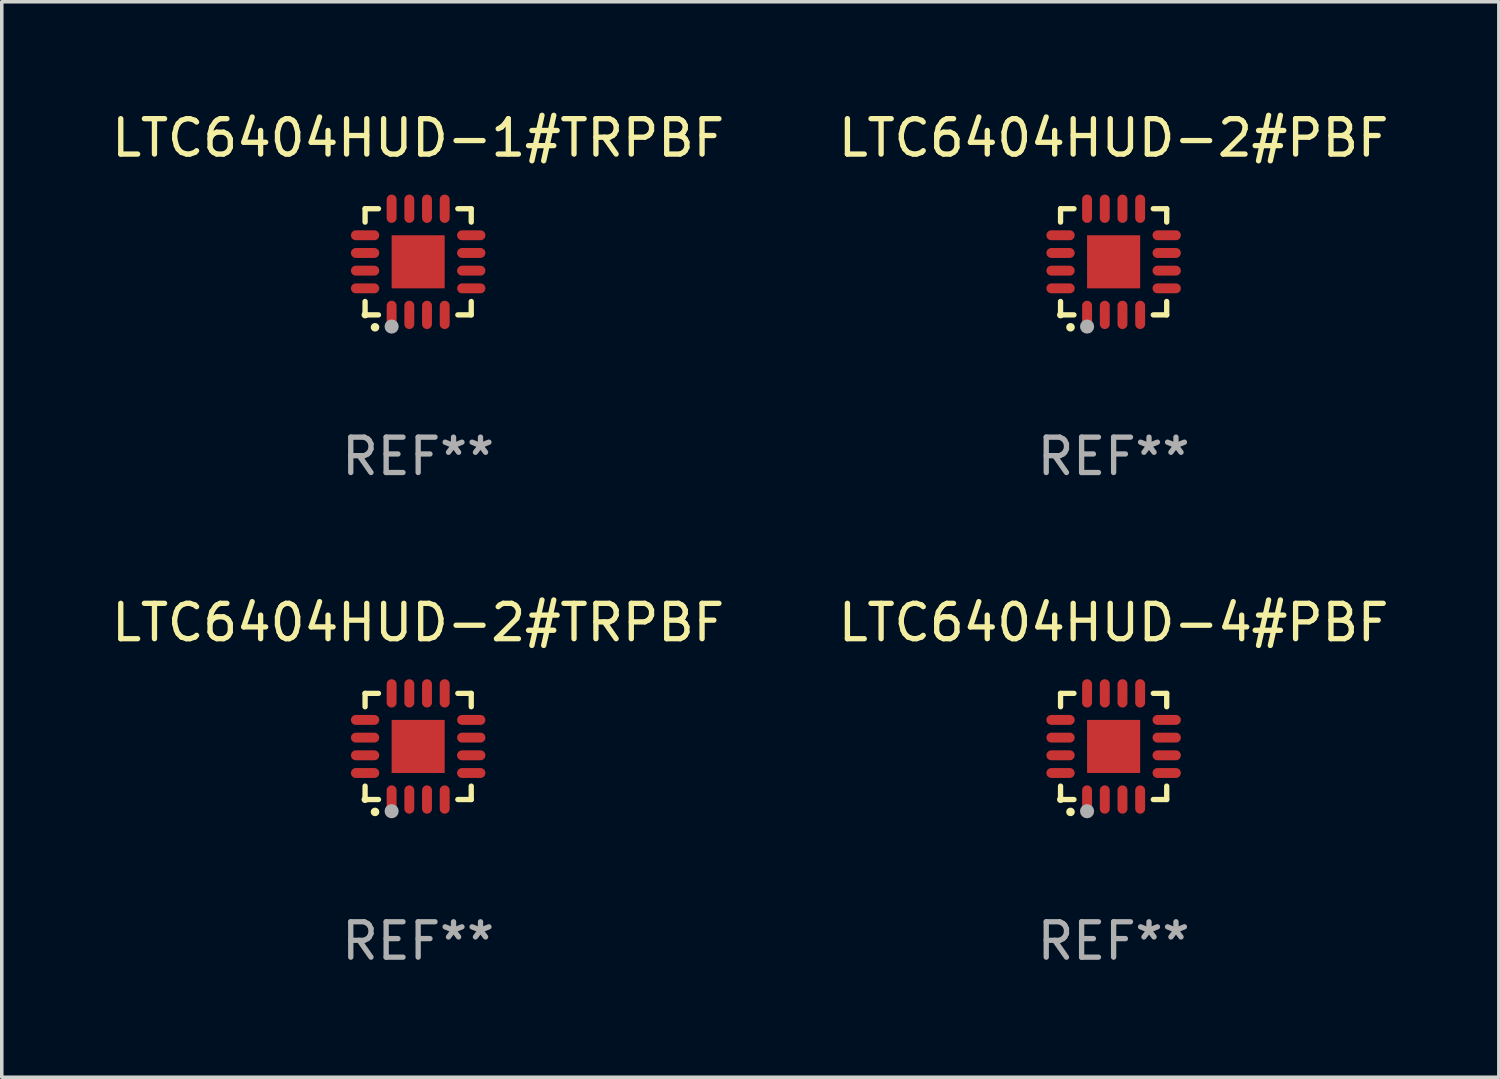
<source format=kicad_pcb>
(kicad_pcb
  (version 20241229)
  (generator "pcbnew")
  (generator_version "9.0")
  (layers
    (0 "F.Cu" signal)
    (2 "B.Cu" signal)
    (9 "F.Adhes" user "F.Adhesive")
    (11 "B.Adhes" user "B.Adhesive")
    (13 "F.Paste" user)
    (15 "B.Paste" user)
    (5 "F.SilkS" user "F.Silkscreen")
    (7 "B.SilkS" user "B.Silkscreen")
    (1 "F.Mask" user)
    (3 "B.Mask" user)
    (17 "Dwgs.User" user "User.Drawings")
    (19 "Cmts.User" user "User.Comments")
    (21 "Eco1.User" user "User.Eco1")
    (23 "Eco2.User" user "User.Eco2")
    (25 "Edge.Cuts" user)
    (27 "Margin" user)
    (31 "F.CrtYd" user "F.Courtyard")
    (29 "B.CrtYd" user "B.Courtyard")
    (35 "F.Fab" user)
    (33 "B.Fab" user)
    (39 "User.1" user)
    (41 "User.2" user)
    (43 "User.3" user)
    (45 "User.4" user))
  (footprint "LTC6404HUD-2#TRPBF"
    (layer "F.Cu")
    (at 8.768 18.046)
    (property "Reference" "LTC6404HUD-2#TRPBF" (at 0 -3.5 0) (layer "F.SilkS") (effects (font (size 1 1) (thickness 0.15))))
    (attr through_hole)
    (fp_line (start -1.5 -1.5) (end -1.121 -1.5) (stroke (width 0.15) (type solid)) (layer "F.SilkS"))
    (fp_line (start -1.5 -1.122) (end -1.5 -1.5) (stroke (width 0.15) (type solid)) (layer "F.SilkS"))
    (fp_line (start -1.5 1.5) (end -1.5 1.121) (stroke (width 0.15) (type solid)) (layer "F.SilkS"))
    (fp_line (start -1.121 1.5) (end -1.5 1.5) (stroke (width 0.15) (type solid)) (layer "F.SilkS"))
    (fp_line (start 1.121 -1.5) (end 1.5 -1.5) (stroke (width 0.15) (type solid)) (layer "F.SilkS"))
    (fp_line (start 1.5 -1.5) (end 1.5 -1.122) (stroke (width 0.15) (type solid)) (layer "F.SilkS"))
    (fp_line (start 1.5 1.121) (end 1.5 1.5) (stroke (width 0.15) (type solid)) (layer "F.SilkS"))
    (fp_line (start 1.5 1.5) (end 1.121 1.5) (stroke (width 0.15) (type solid)) (layer "F.SilkS"))
    (fp_arc (start -1.219926 1.850254) (mid -1.21891 1.85025) (end -1.217894 1.850254) (stroke (width 0.240005) (type solid)) (layer "F.SilkS"))
    (fp_circle (center -1.5 1.5) (end -1.45 1.5) (stroke (width 0.1) (type solid)) (fill no) (layer "F.SilkS"))
    (fp_circle (center -0.75 1.83) (end -0.65 1.83) (stroke (width 0.2) (type solid)) (fill no) (layer "F.Fab"))
    (fp_text user "REF**" (at 0 5.5 0) (layer "F.Fab") (effects (font (size 1 1) (thickness 0.15))))
    (pad "1" smd oval (at -0.75 1.5) (size 0.28 0.8) (layers "F.Cu" "F.Mask" "F.Paste"))
    (pad "2" smd oval (at -0.25 1.5) (size 0.28 0.8) (layers "F.Cu" "F.Mask" "F.Paste"))
    (pad "3" smd oval (at 0.25 1.5) (size 0.28 0.8) (layers "F.Cu" "F.Mask" "F.Paste"))
    (pad "4" smd oval (at 0.75 1.5) (size 0.28 0.8) (layers "F.Cu" "F.Mask" "F.Paste"))
    (pad "5" smd oval (at 1.5 0.75) (size 0.8 0.28) (layers "F.Cu" "F.Mask" "F.Paste"))
    (pad "6" smd oval (at 1.5 0.25) (size 0.8 0.28) (layers "F.Cu" "F.Mask" "F.Paste"))
    (pad "7" smd oval (at 1.5 -0.25) (size 0.8 0.28) (layers "F.Cu" "F.Mask" "F.Paste"))
    (pad "8" smd oval (at 1.5 -0.75) (size 0.8 0.28) (layers "F.Cu" "F.Mask" "F.Paste"))
    (pad "9" smd oval (at 0.75 -1.5) (size 0.28 0.8) (layers "F.Cu" "F.Mask" "F.Paste"))
    (pad "10" smd oval (at 0.25 -1.5) (size 0.28 0.8) (layers "F.Cu" "F.Mask" "F.Paste"))
    (pad "11" smd oval (at -0.25 -1.5) (size 0.28 0.8) (layers "F.Cu" "F.Mask" "F.Paste"))
    (pad "12" smd oval (at -0.75 -1.5) (size 0.28 0.8) (layers "F.Cu" "F.Mask" "F.Paste"))
    (pad "13" smd oval (at -1.5 -0.75) (size 0.8 0.28) (layers "F.Cu" "F.Mask" "F.Paste"))
    (pad "14" smd oval (at -1.5 -0.25) (size 0.8 0.28) (layers "F.Cu" "F.Mask" "F.Paste"))
    (pad "15" smd oval (at -1.5 0.25) (size 0.8 0.28) (layers "F.Cu" "F.Mask" "F.Paste"))
    (pad "16" smd oval (at -1.5 0.75) (size 0.8 0.28) (layers "F.Cu" "F.Mask" "F.Paste"))
    (pad "17" smd rect (at -0.000064 0.000165) (size 1.5 1.5) (layers "F.Cu" "F.Mask" "F.Paste")))
  (footprint "LTC6404HUD-1#TRPBF"
    (layer "F.Cu")
    (at 8.768 4.349)
    (property "Reference" "LTC6404HUD-1#TRPBF" (at 0 -3.5 0) (layer "F.SilkS") (effects (font (size 1 1) (thickness 0.15))))
    (attr through_hole)
    (fp_line (start -1.5 -1.5) (end -1.121 -1.5) (stroke (width 0.15) (type solid)) (layer "F.SilkS"))
    (fp_line (start -1.5 -1.122) (end -1.5 -1.5) (stroke (width 0.15) (type solid)) (layer "F.SilkS"))
    (fp_line (start -1.5 1.5) (end -1.5 1.121) (stroke (width 0.15) (type solid)) (layer "F.SilkS"))
    (fp_line (start -1.121 1.5) (end -1.5 1.5) (stroke (width 0.15) (type solid)) (layer "F.SilkS"))
    (fp_line (start 1.121 -1.5) (end 1.5 -1.5) (stroke (width 0.15) (type solid)) (layer "F.SilkS"))
    (fp_line (start 1.5 -1.5) (end 1.5 -1.122) (stroke (width 0.15) (type solid)) (layer "F.SilkS"))
    (fp_line (start 1.5 1.121) (end 1.5 1.5) (stroke (width 0.15) (type solid)) (layer "F.SilkS"))
    (fp_line (start 1.5 1.5) (end 1.121 1.5) (stroke (width 0.15) (type solid)) (layer "F.SilkS"))
    (fp_arc (start -1.219926 1.850254) (mid -1.21891 1.85025) (end -1.217894 1.850254) (stroke (width 0.240005) (type solid)) (layer "F.SilkS"))
    (fp_circle (center -1.5 1.5) (end -1.45 1.5) (stroke (width 0.1) (type solid)) (fill no) (layer "F.SilkS"))
    (fp_circle (center -0.75 1.83) (end -0.65 1.83) (stroke (width 0.2) (type solid)) (fill no) (layer "F.Fab"))
    (fp_text user "REF**" (at 0 5.5 0) (layer "F.Fab") (effects (font (size 1 1) (thickness 0.15))))
    (pad "1" smd oval (at -0.75 1.5) (size 0.28 0.8) (layers "F.Cu" "F.Mask" "F.Paste"))
    (pad "2" smd oval (at -0.25 1.5) (size 0.28 0.8) (layers "F.Cu" "F.Mask" "F.Paste"))
    (pad "3" smd oval (at 0.25 1.5) (size 0.28 0.8) (layers "F.Cu" "F.Mask" "F.Paste"))
    (pad "4" smd oval (at 0.75 1.5) (size 0.28 0.8) (layers "F.Cu" "F.Mask" "F.Paste"))
    (pad "5" smd oval (at 1.5 0.75) (size 0.8 0.28) (layers "F.Cu" "F.Mask" "F.Paste"))
    (pad "6" smd oval (at 1.5 0.25) (size 0.8 0.28) (layers "F.Cu" "F.Mask" "F.Paste"))
    (pad "7" smd oval (at 1.5 -0.25) (size 0.8 0.28) (layers "F.Cu" "F.Mask" "F.Paste"))
    (pad "8" smd oval (at 1.5 -0.75) (size 0.8 0.28) (layers "F.Cu" "F.Mask" "F.Paste"))
    (pad "9" smd oval (at 0.75 -1.5) (size 0.28 0.8) (layers "F.Cu" "F.Mask" "F.Paste"))
    (pad "10" smd oval (at 0.25 -1.5) (size 0.28 0.8) (layers "F.Cu" "F.Mask" "F.Paste"))
    (pad "11" smd oval (at -0.25 -1.5) (size 0.28 0.8) (layers "F.Cu" "F.Mask" "F.Paste"))
    (pad "12" smd oval (at -0.75 -1.5) (size 0.28 0.8) (layers "F.Cu" "F.Mask" "F.Paste"))
    (pad "13" smd oval (at -1.5 -0.75) (size 0.8 0.28) (layers "F.Cu" "F.Mask" "F.Paste"))
    (pad "14" smd oval (at -1.5 -0.25) (size 0.8 0.28) (layers "F.Cu" "F.Mask" "F.Paste"))
    (pad "15" smd oval (at -1.5 0.25) (size 0.8 0.28) (layers "F.Cu" "F.Mask" "F.Paste"))
    (pad "16" smd oval (at -1.5 0.75) (size 0.8 0.28) (layers "F.Cu" "F.Mask" "F.Paste"))
    (pad "17" smd rect (at -0.000064 0.000165) (size 1.5 1.5) (layers "F.Cu" "F.Mask" "F.Paste")))
  (footprint "LTC6404HUD-4#PBF"
    (layer "F.Cu")
    (at 28.423 18.046)
    (property "Reference" "LTC6404HUD-4#PBF" (at 0 -3.5 0) (layer "F.SilkS") (effects (font (size 1 1) (thickness 0.15))))
    (attr through_hole)
    (fp_line (start -1.5 -1.5) (end -1.121 -1.5) (stroke (width 0.15) (type solid)) (layer "F.SilkS"))
    (fp_line (start -1.5 -1.122) (end -1.5 -1.5) (stroke (width 0.15) (type solid)) (layer "F.SilkS"))
    (fp_line (start -1.5 1.5) (end -1.5 1.121) (stroke (width 0.15) (type solid)) (layer "F.SilkS"))
    (fp_line (start -1.121 1.5) (end -1.5 1.5) (stroke (width 0.15) (type solid)) (layer "F.SilkS"))
    (fp_line (start 1.121 -1.5) (end 1.5 -1.5) (stroke (width 0.15) (type solid)) (layer "F.SilkS"))
    (fp_line (start 1.5 -1.5) (end 1.5 -1.122) (stroke (width 0.15) (type solid)) (layer "F.SilkS"))
    (fp_line (start 1.5 1.121) (end 1.5 1.5) (stroke (width 0.15) (type solid)) (layer "F.SilkS"))
    (fp_line (start 1.5 1.5) (end 1.121 1.5) (stroke (width 0.15) (type solid)) (layer "F.SilkS"))
    (fp_arc (start -1.219926 1.850254) (mid -1.21891 1.85025) (end -1.217894 1.850254) (stroke (width 0.240005) (type solid)) (layer "F.SilkS"))
    (fp_circle (center -1.5 1.5) (end -1.45 1.5) (stroke (width 0.1) (type solid)) (fill no) (layer "F.SilkS"))
    (fp_circle (center -0.75 1.83) (end -0.65 1.83) (stroke (width 0.2) (type solid)) (fill no) (layer "F.Fab"))
    (fp_text user "REF**" (at 0 5.5 0) (layer "F.Fab") (effects (font (size 1 1) (thickness 0.15))))
    (pad "1" smd oval (at -0.75 1.5) (size 0.28 0.8) (layers "F.Cu" "F.Mask" "F.Paste"))
    (pad "2" smd oval (at -0.25 1.5) (size 0.28 0.8) (layers "F.Cu" "F.Mask" "F.Paste"))
    (pad "3" smd oval (at 0.25 1.5) (size 0.28 0.8) (layers "F.Cu" "F.Mask" "F.Paste"))
    (pad "4" smd oval (at 0.75 1.5) (size 0.28 0.8) (layers "F.Cu" "F.Mask" "F.Paste"))
    (pad "5" smd oval (at 1.5 0.75) (size 0.8 0.28) (layers "F.Cu" "F.Mask" "F.Paste"))
    (pad "6" smd oval (at 1.5 0.25) (size 0.8 0.28) (layers "F.Cu" "F.Mask" "F.Paste"))
    (pad "7" smd oval (at 1.5 -0.25) (size 0.8 0.28) (layers "F.Cu" "F.Mask" "F.Paste"))
    (pad "8" smd oval (at 1.5 -0.75) (size 0.8 0.28) (layers "F.Cu" "F.Mask" "F.Paste"))
    (pad "9" smd oval (at 0.75 -1.5) (size 0.28 0.8) (layers "F.Cu" "F.Mask" "F.Paste"))
    (pad "10" smd oval (at 0.25 -1.5) (size 0.28 0.8) (layers "F.Cu" "F.Mask" "F.Paste"))
    (pad "11" smd oval (at -0.25 -1.5) (size 0.28 0.8) (layers "F.Cu" "F.Mask" "F.Paste"))
    (pad "12" smd oval (at -0.75 -1.5) (size 0.28 0.8) (layers "F.Cu" "F.Mask" "F.Paste"))
    (pad "13" smd oval (at -1.5 -0.75) (size 0.8 0.28) (layers "F.Cu" "F.Mask" "F.Paste"))
    (pad "14" smd oval (at -1.5 -0.25) (size 0.8 0.28) (layers "F.Cu" "F.Mask" "F.Paste"))
    (pad "15" smd oval (at -1.5 0.25) (size 0.8 0.28) (layers "F.Cu" "F.Mask" "F.Paste"))
    (pad "16" smd oval (at -1.5 0.75) (size 0.8 0.28) (layers "F.Cu" "F.Mask" "F.Paste"))
    (pad "17" smd rect (at -0.000064 0.000165) (size 1.5 1.5) (layers "F.Cu" "F.Mask" "F.Paste")))
  (footprint "LTC6404HUD-2#PBF"
    (layer "F.Cu")
    (at 28.423 4.349)
    (property "Reference" "LTC6404HUD-2#PBF" (at 0 -3.5 0) (layer "F.SilkS") (effects (font (size 1 1) (thickness 0.15))))
    (attr through_hole)
    (fp_line (start -1.5 -1.5) (end -1.121 -1.5) (stroke (width 0.15) (type solid)) (layer "F.SilkS"))
    (fp_line (start -1.5 -1.122) (end -1.5 -1.5) (stroke (width 0.15) (type solid)) (layer "F.SilkS"))
    (fp_line (start -1.5 1.5) (end -1.5 1.121) (stroke (width 0.15) (type solid)) (layer "F.SilkS"))
    (fp_line (start -1.121 1.5) (end -1.5 1.5) (stroke (width 0.15) (type solid)) (layer "F.SilkS"))
    (fp_line (start 1.121 -1.5) (end 1.5 -1.5) (stroke (width 0.15) (type solid)) (layer "F.SilkS"))
    (fp_line (start 1.5 -1.5) (end 1.5 -1.122) (stroke (width 0.15) (type solid)) (layer "F.SilkS"))
    (fp_line (start 1.5 1.121) (end 1.5 1.5) (stroke (width 0.15) (type solid)) (layer "F.SilkS"))
    (fp_line (start 1.5 1.5) (end 1.121 1.5) (stroke (width 0.15) (type solid)) (layer "F.SilkS"))
    (fp_arc (start -1.219926 1.850254) (mid -1.21891 1.85025) (end -1.217894 1.850254) (stroke (width 0.240005) (type solid)) (layer "F.SilkS"))
    (fp_circle (center -1.5 1.5) (end -1.45 1.5) (stroke (width 0.1) (type solid)) (fill no) (layer "F.SilkS"))
    (fp_circle (center -0.75 1.83) (end -0.65 1.83) (stroke (width 0.2) (type solid)) (fill no) (layer "F.Fab"))
    (fp_text user "REF**" (at 0 5.5 0) (layer "F.Fab") (effects (font (size 1 1) (thickness 0.15))))
    (pad "1" smd oval (at -0.75 1.5) (size 0.28 0.8) (layers "F.Cu" "F.Mask" "F.Paste"))
    (pad "2" smd oval (at -0.25 1.5) (size 0.28 0.8) (layers "F.Cu" "F.Mask" "F.Paste"))
    (pad "3" smd oval (at 0.25 1.5) (size 0.28 0.8) (layers "F.Cu" "F.Mask" "F.Paste"))
    (pad "4" smd oval (at 0.75 1.5) (size 0.28 0.8) (layers "F.Cu" "F.Mask" "F.Paste"))
    (pad "5" smd oval (at 1.5 0.75) (size 0.8 0.28) (layers "F.Cu" "F.Mask" "F.Paste"))
    (pad "6" smd oval (at 1.5 0.25) (size 0.8 0.28) (layers "F.Cu" "F.Mask" "F.Paste"))
    (pad "7" smd oval (at 1.5 -0.25) (size 0.8 0.28) (layers "F.Cu" "F.Mask" "F.Paste"))
    (pad "8" smd oval (at 1.5 -0.75) (size 0.8 0.28) (layers "F.Cu" "F.Mask" "F.Paste"))
    (pad "9" smd oval (at 0.75 -1.5) (size 0.28 0.8) (layers "F.Cu" "F.Mask" "F.Paste"))
    (pad "10" smd oval (at 0.25 -1.5) (size 0.28 0.8) (layers "F.Cu" "F.Mask" "F.Paste"))
    (pad "11" smd oval (at -0.25 -1.5) (size 0.28 0.8) (layers "F.Cu" "F.Mask" "F.Paste"))
    (pad "12" smd oval (at -0.75 -1.5) (size 0.28 0.8) (layers "F.Cu" "F.Mask" "F.Paste"))
    (pad "13" smd oval (at -1.5 -0.75) (size 0.8 0.28) (layers "F.Cu" "F.Mask" "F.Paste"))
    (pad "14" smd oval (at -1.5 -0.25) (size 0.8 0.28) (layers "F.Cu" "F.Mask" "F.Paste"))
    (pad "15" smd oval (at -1.5 0.25) (size 0.8 0.28) (layers "F.Cu" "F.Mask" "F.Paste"))
    (pad "16" smd oval (at -1.5 0.75) (size 0.8 0.28) (layers "F.Cu" "F.Mask" "F.Paste"))
    (pad "17" smd rect (at -0.000064 0.000165) (size 1.5 1.5) (layers "F.Cu" "F.Mask" "F.Paste")))
  (gr_rect
    (start -3 -3)
    (end 39.31 27.394)
    (stroke (width 0.1) (type default))
    (fill no)
    (layer "Edge.Cuts")))
</source>
